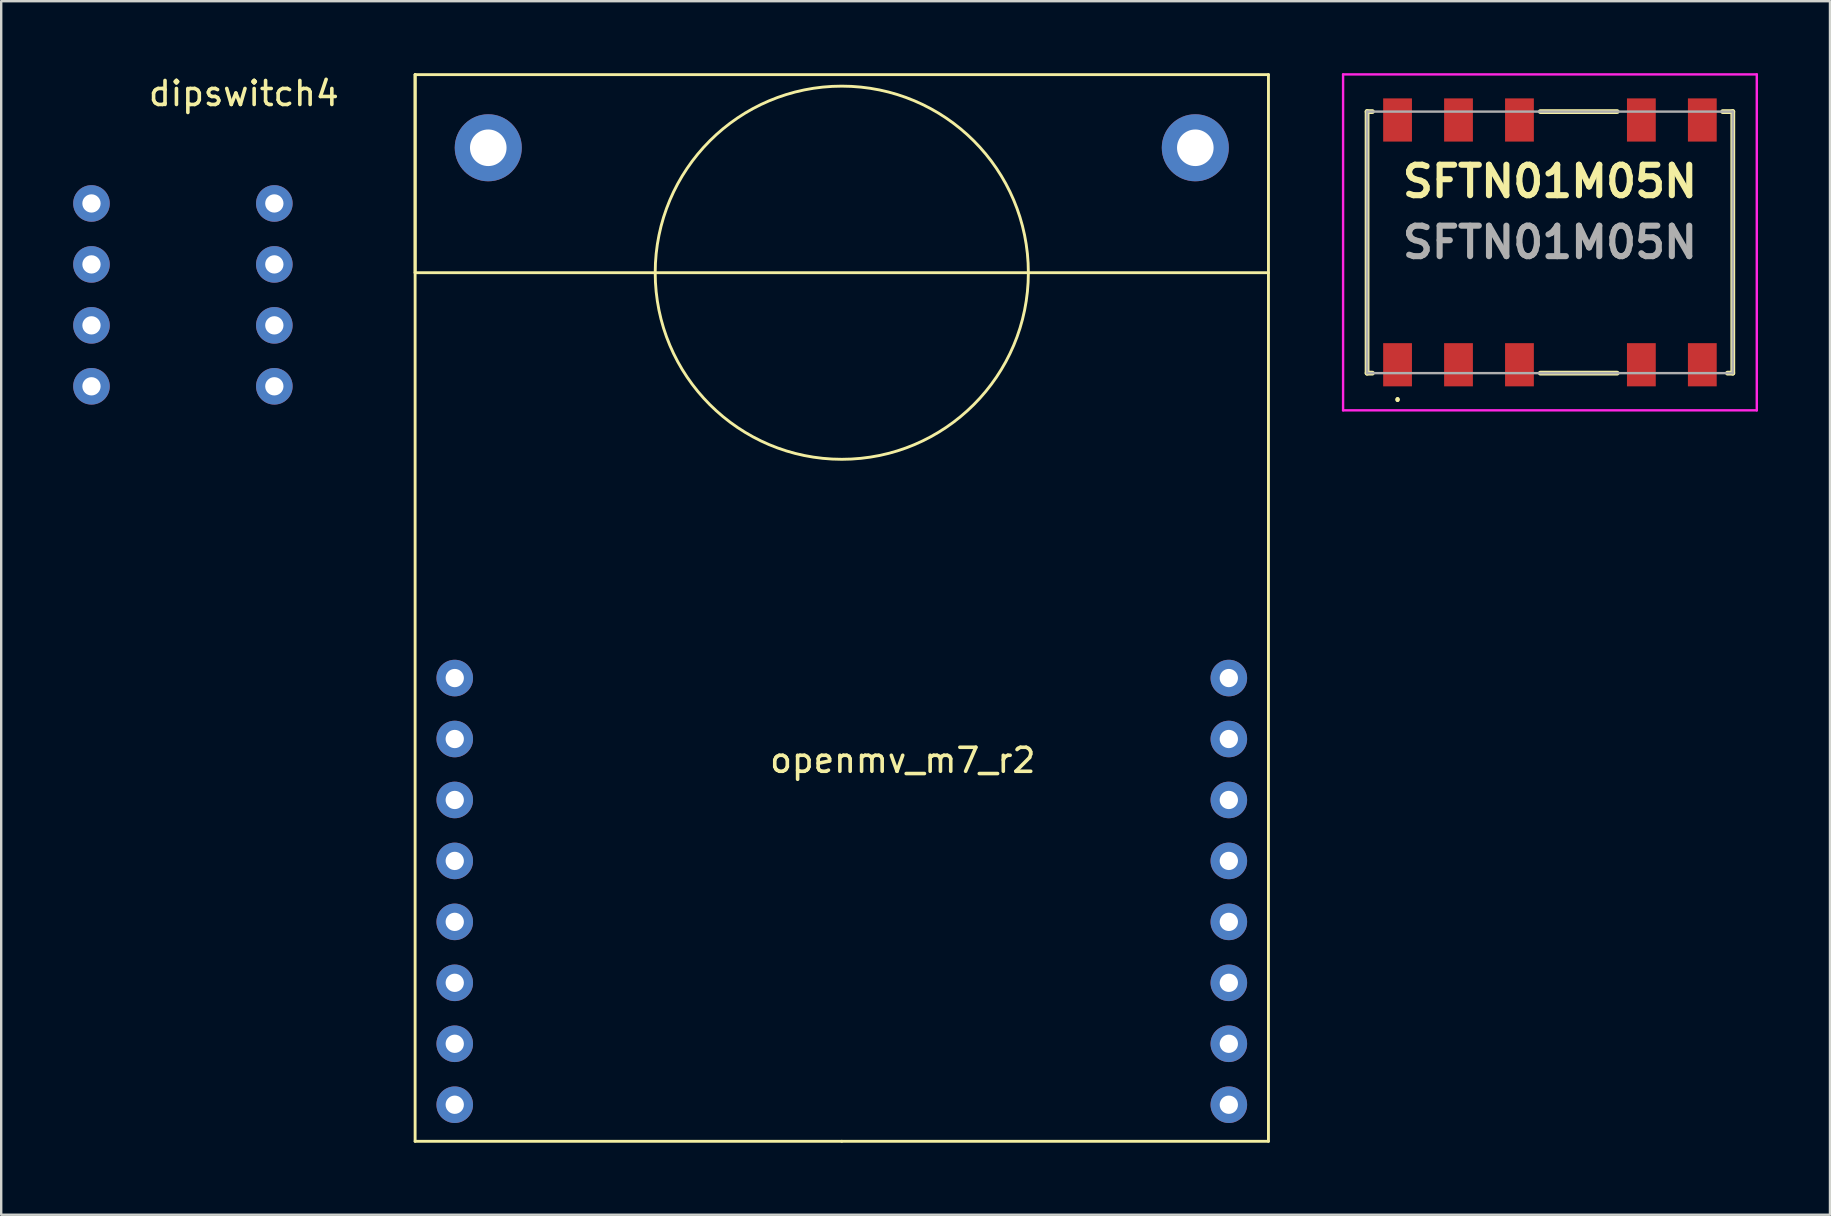
<source format=kicad_pcb>
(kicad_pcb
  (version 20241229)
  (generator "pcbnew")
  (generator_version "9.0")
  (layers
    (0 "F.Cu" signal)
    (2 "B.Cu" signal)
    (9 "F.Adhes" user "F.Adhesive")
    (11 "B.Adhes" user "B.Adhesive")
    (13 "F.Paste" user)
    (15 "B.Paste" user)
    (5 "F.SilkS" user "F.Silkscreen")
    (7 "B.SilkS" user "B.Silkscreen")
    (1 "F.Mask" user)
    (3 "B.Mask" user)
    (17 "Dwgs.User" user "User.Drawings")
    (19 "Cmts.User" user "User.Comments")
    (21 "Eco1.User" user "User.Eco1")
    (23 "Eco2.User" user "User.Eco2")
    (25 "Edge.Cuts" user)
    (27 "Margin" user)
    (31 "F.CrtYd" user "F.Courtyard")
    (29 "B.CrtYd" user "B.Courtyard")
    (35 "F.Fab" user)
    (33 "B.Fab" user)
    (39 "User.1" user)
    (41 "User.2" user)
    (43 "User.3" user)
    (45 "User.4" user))
  (footprint "openmv_m7_r2"
    (layer "F.Cu")
    (at 32.029 22.285)
    (property "Reference" "openmv_m7_r2" (at 2.54 6.35 0) (layer "F.SilkS") (effects (font (size 1 1) (thickness 0.15))))
    (attr through_hole)
    (fp_line (start -17.78 -22.225) (end -17.78 -13.97) (stroke (width 0.12) (type solid)) (layer "F.SilkS"))
    (fp_line (start -17.78 -22.225) (end -17.78 22.225) (stroke (width 0.12) (type solid)) (layer "F.SilkS"))
    (fp_line (start -17.78 -13.97) (end 17.78 -13.97) (stroke (width 0.12) (type solid)) (layer "F.SilkS"))
    (fp_line (start -17.78 22.225) (end 0 22.225) (stroke (width 0.12) (type solid)) (layer "F.SilkS"))
    (fp_line (start 0 22.225) (end 17.78 22.225) (stroke (width 0.12) (type solid)) (layer "F.SilkS"))
    (fp_line (start 17.78 -22.225) (end -17.78 -22.225) (stroke (width 0.12) (type solid)) (layer "F.SilkS"))
    (fp_line (start 17.78 22.225) (end 17.78 -22.225) (stroke (width 0.12) (type solid)) (layer "F.SilkS"))
    (fp_circle (center 0 -13.97) (end 6.096 -18.796) (stroke (width 0.12) (type solid)) (fill no) (layer "F.SilkS"))
    (pad "2" thru_hole circle (at -16.129 2.921) (size 1.524 1.524) (drill 0.762) (layers "*.Cu" "*.Mask"))
    (pad "3" thru_hole circle (at -16.129 5.461) (size 1.524 1.524) (drill 0.762) (layers "*.Cu" "*.Mask"))
    (pad "4" thru_hole circle (at -16.129 8.001) (size 1.524 1.524) (drill 0.762) (layers "*.Cu" "*.Mask"))
    (pad "5" thru_hole circle (at -16.129 10.541) (size 1.524 1.524) (drill 0.762) (layers "*.Cu" "*.Mask"))
    (pad "6" thru_hole circle (at -16.129 13.081) (size 1.524 1.524) (drill 0.762) (layers "*.Cu" "*.Mask"))
    (pad "7" thru_hole circle (at -16.129 15.621) (size 1.524 1.524) (drill 0.762) (layers "*.Cu" "*.Mask"))
    (pad "8" thru_hole circle (at -16.129 18.161) (size 1.524 1.524) (drill 0.762) (layers "*.Cu" "*.Mask"))
    (pad "9" thru_hole circle (at -16.129 20.701) (size 1.524 1.524) (drill 0.762) (layers "*.Cu" "*.Mask"))
    (pad "10" thru_hole circle (at 16.129 2.921) (size 1.524 1.524) (drill 0.762) (layers "*.Cu" "*.Mask"))
    (pad "11" thru_hole circle (at 16.129 5.461) (size 1.524 1.524) (drill 0.762) (layers "*.Cu" "*.Mask"))
    (pad "12" thru_hole circle (at 16.129 8.001) (size 1.524 1.524) (drill 0.762) (layers "*.Cu" "*.Mask"))
    (pad "13" thru_hole circle (at 16.129 10.541) (size 1.524 1.524) (drill 0.762) (layers "*.Cu" "*.Mask"))
    (pad "14" thru_hole circle (at 16.129 13.081) (size 1.524 1.524) (drill 0.762) (layers "*.Cu" "*.Mask"))
    (pad "15" thru_hole circle (at 16.129 15.621) (size 1.524 1.524) (drill 0.762) (layers "*.Cu" "*.Mask"))
    (pad "16" thru_hole circle (at 16.129 18.161) (size 1.524 1.524) (drill 0.762) (layers "*.Cu" "*.Mask"))
    (pad "17" thru_hole circle (at 16.129 20.701) (size 1.524 1.524) (drill 0.762) (layers "*.Cu" "*.Mask"))
    (pad "screw" thru_hole circle (at -14.732 -19.177) (size 2.794 2.794) (drill 1.524) (layers "*.Cu" "*.Mask"))
    (pad "screw" thru_hole circle (at 14.732 -19.177) (size 2.794 2.794) (drill 1.524) (layers "*.Cu" "*.Mask")))
  (footprint "SFTN01M05N"
    (layer "F.Cu")
    (at 61.539 7.05)
    (property "Reference" "SFTN01M05N" (at 0 -2.54 0) (layer "F.SilkS") (effects (font (size 1.27 1.27) (thickness 0.254))))
    (attr smd)
    (fp_line (start -7.62 -5.45) (end -7.4 -5.45) (stroke (width 0.2) (type solid)) (layer "F.SilkS"))
    (fp_line (start -7.62 5.45) (end -7.62 -5.45) (stroke (width 0.2) (type solid)) (layer "F.SilkS"))
    (fp_line (start -7.4 5.45) (end -7.62 5.45) (stroke (width 0.2) (type solid)) (layer "F.SilkS"))
    (fp_line (start -6.35 6.5) (end -6.35 6.5) (stroke (width 0.1) (type solid)) (layer "F.SilkS"))
    (fp_line (start -6.35 6.6) (end -6.35 6.6) (stroke (width 0.1) (type solid)) (layer "F.SilkS"))
    (fp_line (start -0.4 -5.45) (end 2.8 -5.45) (stroke (width 0.2) (type solid)) (layer "F.SilkS"))
    (fp_line (start -0.4 5.45) (end 2.8 5.45) (stroke (width 0.2) (type solid)) (layer "F.SilkS"))
    (fp_line (start 7.4 5.45) (end 7.62 5.45) (stroke (width 0.2) (type solid)) (layer "F.SilkS"))
    (fp_line (start 7.62 -5.45) (end 7.2 -5.45) (stroke (width 0.2) (type solid)) (layer "F.SilkS"))
    (fp_line (start 7.62 5.45) (end 7.62 -5.45) (stroke (width 0.2) (type solid)) (layer "F.SilkS"))
    (fp_arc (start -6.35 6.5) (mid -6.3 6.55) (end -6.35 6.6) (stroke (width 0.1) (type solid)) (layer "F.SilkS"))
    (fp_arc (start -6.35 6.6) (mid -6.4 6.55) (end -6.35 6.5) (stroke (width 0.1) (type solid)) (layer "F.SilkS"))
    (fp_line (start -8.62 -7) (end 8.62 -7) (stroke (width 0.1) (type solid)) (layer "F.CrtYd"))
    (fp_line (start -8.62 7) (end -8.62 -7) (stroke (width 0.1) (type solid)) (layer "F.CrtYd"))
    (fp_line (start 8.62 -7) (end 8.62 7) (stroke (width 0.1) (type solid)) (layer "F.CrtYd"))
    (fp_line (start 8.62 7) (end -8.62 7) (stroke (width 0.1) (type solid)) (layer "F.CrtYd"))
    (fp_line (start -7.62 -5.45) (end 7.62 -5.45) (stroke (width 0.1) (type solid)) (layer "F.Fab"))
    (fp_line (start -7.62 5.45) (end -7.62 -5.45) (stroke (width 0.1) (type solid)) (layer "F.Fab"))
    (fp_line (start 7.62 -5.45) (end 7.62 5.45) (stroke (width 0.1) (type solid)) (layer "F.Fab"))
    (fp_line (start 7.62 5.45) (end -7.62 5.45) (stroke (width 0.1) (type solid)) (layer "F.Fab"))
    (fp_text user "${REFERENCE}" (at 0 0 0) (layer "F.Fab") (effects (font (size 1.27 1.27) (thickness 0.254))))
    (pad "1" smd rect (at -6.35 5.1) (size 1.2 1.8) (layers "F.Cu" "F.Mask" "F.Paste"))
    (pad "2" smd rect (at -3.81 5.1) (size 1.2 1.8) (layers "F.Cu" "F.Mask" "F.Paste"))
    (pad "3" smd rect (at -1.27 5.1) (size 1.2 1.8) (layers "F.Cu" "F.Mask" "F.Paste"))
    (pad "5" smd rect (at 3.81 5.1) (size 1.2 1.8) (layers "F.Cu" "F.Mask" "F.Paste"))
    (pad "6" smd rect (at 6.35 5.1) (size 1.2 1.8) (layers "F.Cu" "F.Mask" "F.Paste"))
    (pad "7" smd rect (at 6.35 -5.1) (size 1.2 1.8) (layers "F.Cu" "F.Mask" "F.Paste"))
    (pad "8" smd rect (at 3.81 -5.1) (size 1.2 1.8) (layers "F.Cu" "F.Mask" "F.Paste"))
    (pad "10" smd rect (at -1.27 -5.1) (size 1.2 1.8) (layers "F.Cu" "F.Mask" "F.Paste"))
    (pad "11" smd rect (at -3.81 -5.1) (size 1.2 1.8) (layers "F.Cu" "F.Mask" "F.Paste"))
    (pad "12" smd rect (at -6.35 -5.1) (size 1.2 1.8) (layers "F.Cu" "F.Mask" "F.Paste")))
  (footprint "dipswitch4"
    (layer "F.Cu")
    (at 7.112 9.238)
    (property "Reference" "dipswitch4" (at 0 -8.39 0) (layer "F.SilkS") (effects (font (size 1 1) (thickness 0.15))))
    (attr through_hole)
    (pad "1" thru_hole circle (at -6.35 -3.81) (size 1.524 1.524) (drill 0.762) (layers "*.Cu" "*.Mask"))
    (pad "2" thru_hole circle (at -6.35 -1.27) (size 1.524 1.524) (drill 0.762) (layers "*.Cu" "*.Mask"))
    (pad "3" thru_hole circle (at -6.35 1.27) (size 1.524 1.524) (drill 0.762) (layers "*.Cu" "*.Mask"))
    (pad "4" thru_hole circle (at -6.35 3.81) (size 1.524 1.524) (drill 0.762) (layers "*.Cu" "*.Mask"))
    (pad "5" thru_hole circle (at 1.27 3.81) (size 1.524 1.524) (drill 0.762) (layers "*.Cu" "*.Mask"))
    (pad "6" thru_hole circle (at 1.27 1.27) (size 1.524 1.524) (drill 0.762) (layers "*.Cu" "*.Mask"))
    (pad "7" thru_hole circle (at 1.27 -1.27) (size 1.524 1.524) (drill 0.762) (layers "*.Cu" "*.Mask"))
    (pad "8" thru_hole circle (at 1.27 -3.81) (size 1.524 1.524) (drill 0.762) (layers "*.Cu" "*.Mask")))
  (gr_rect
    (start -3 -3)
    (end 73.209 47.57)
    (stroke (width 0.1) (type default))
    (fill no)
    (layer "Edge.Cuts")))
</source>
